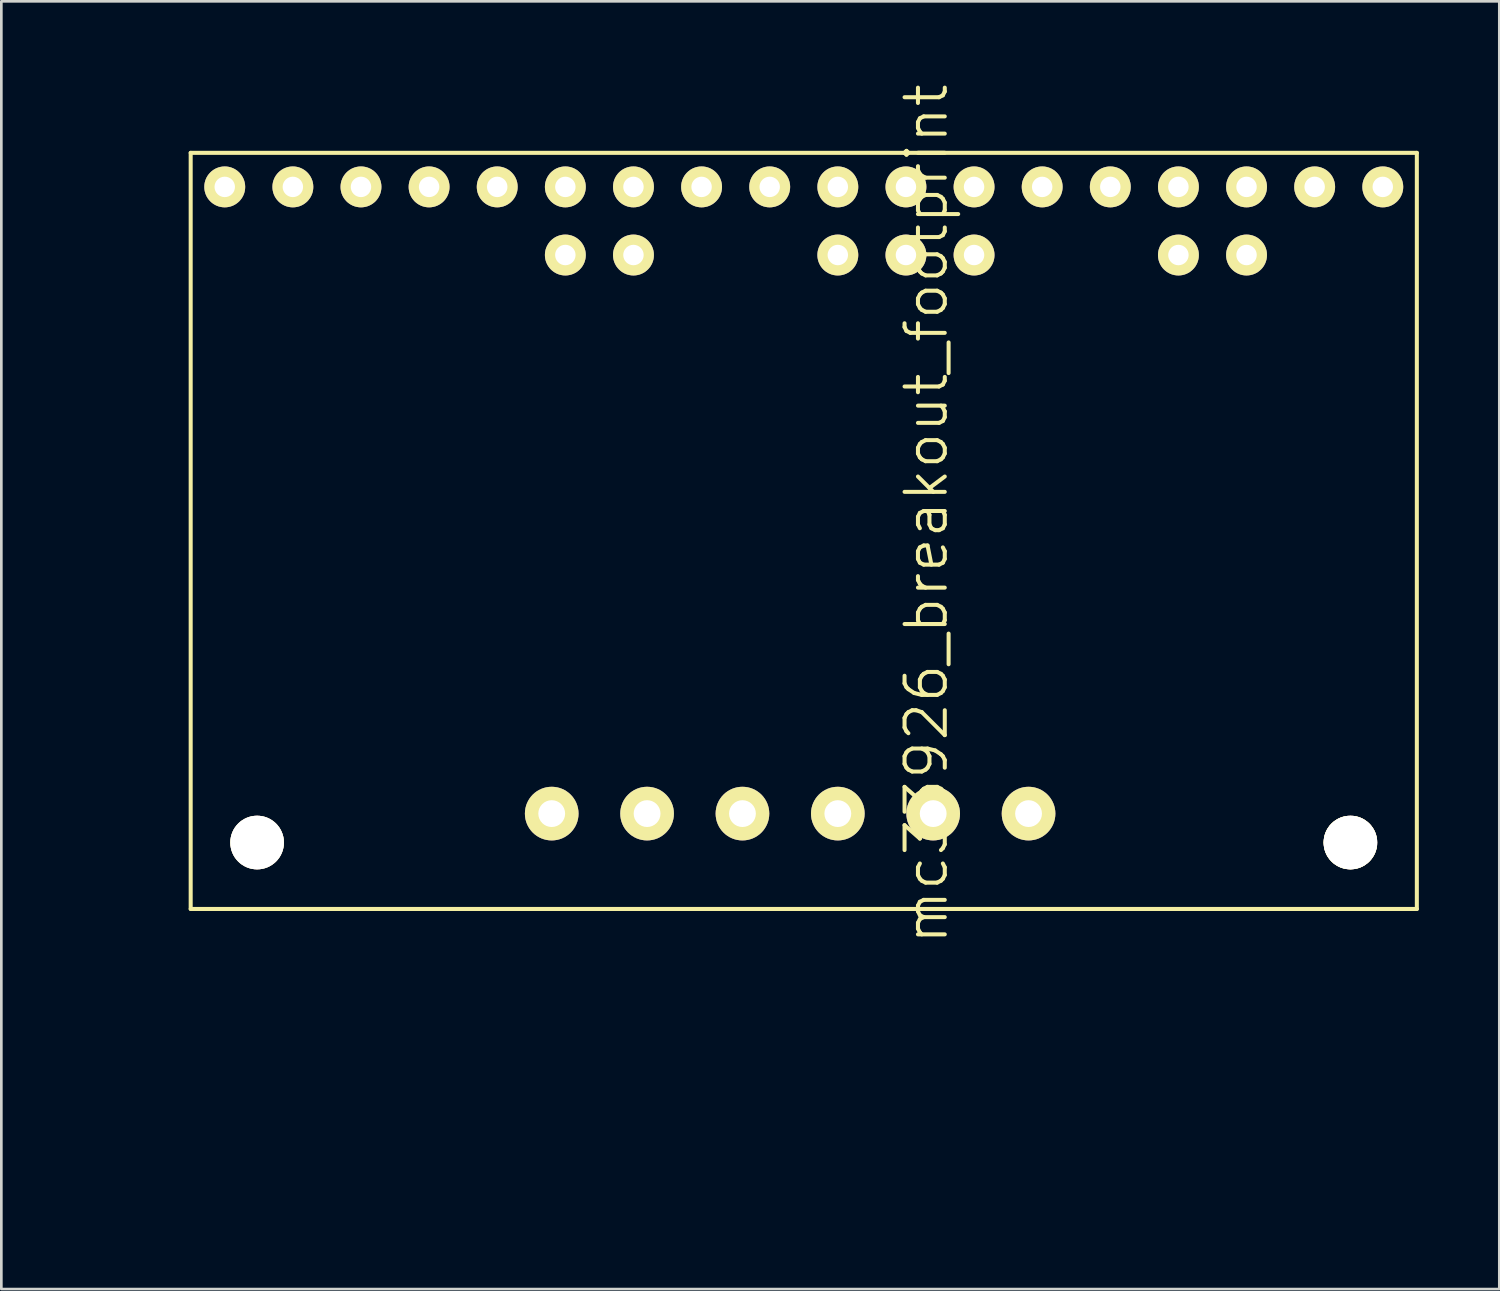
<source format=kicad_pcb>
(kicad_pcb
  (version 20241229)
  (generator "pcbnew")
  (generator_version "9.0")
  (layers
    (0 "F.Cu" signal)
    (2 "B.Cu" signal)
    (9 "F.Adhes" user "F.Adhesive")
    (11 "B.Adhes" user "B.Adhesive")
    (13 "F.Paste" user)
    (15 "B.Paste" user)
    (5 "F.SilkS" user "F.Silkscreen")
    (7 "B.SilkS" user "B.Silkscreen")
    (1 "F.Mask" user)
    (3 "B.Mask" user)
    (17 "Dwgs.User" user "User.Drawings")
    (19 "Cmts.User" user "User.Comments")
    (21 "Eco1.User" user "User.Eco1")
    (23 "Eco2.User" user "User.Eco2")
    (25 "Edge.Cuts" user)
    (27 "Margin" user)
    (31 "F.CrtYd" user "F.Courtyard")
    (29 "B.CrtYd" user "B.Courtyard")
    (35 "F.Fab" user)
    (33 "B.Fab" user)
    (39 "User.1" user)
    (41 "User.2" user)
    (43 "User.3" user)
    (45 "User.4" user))
  (footprint "mc33926_breakout_footprint"
    (layer "F.Cu")
    (at 0.25 41.765)
    (property "Reference" "mc33926_breakout_footprint" (at 31.242 -25.654 90) (layer "F.SilkS") (effects (font (size 1.5 1.5) (thickness 0.15))))
    (attr through_hole)
    (fp_line (start 3.81 -39.116) (end 49.53 -39.116) (stroke (width 0.15) (type solid)) (layer "F.SilkS"))
    (fp_line (start 3.81 -10.922) (end 3.81 -39.116) (stroke (width 0.15) (type solid)) (layer "F.SilkS"))
    (fp_line (start 49.53 -39.116) (end 49.53 -10.922) (stroke (width 0.15) (type solid)) (layer "F.SilkS"))
    (fp_line (start 49.53 -10.922) (end 3.81 -10.922) (stroke (width 0.15) (type solid)) (layer "F.SilkS"))
    (fp_circle (center 6.287 -13.399) (end 7.048 -13.906) (stroke (width 0.15) (type solid)) (fill no) (layer "F.SilkS"))
    (fp_circle (center 17.78 -35.306) (end 17.907 -35.052) (stroke (width 0.15) (type solid)) (fill no) (layer "F.SilkS"))
    (fp_circle (center 20.32 -35.306) (end 20.447 -35.052) (stroke (width 0.15) (type solid)) (fill no) (layer "F.SilkS"))
    (fp_circle (center 27.94 -35.306) (end 28.067 -35.052) (stroke (width 0.15) (type solid)) (fill no) (layer "F.SilkS"))
    (fp_circle (center 30.48 -35.306) (end 30.607 -35.052) (stroke (width 0.15) (type solid)) (fill no) (layer "F.SilkS"))
    (fp_circle (center 33.02 -35.306) (end 33.147 -35.052) (stroke (width 0.15) (type solid)) (fill no) (layer "F.SilkS"))
    (fp_circle (center 40.64 -35.306) (end 40.767 -35.052) (stroke (width 0.15) (type solid)) (fill no) (layer "F.SilkS"))
    (fp_circle (center 43.18 -35.306) (end 43.434 -35.179) (stroke (width 0.15) (type solid)) (fill no) (layer "F.SilkS"))
    (fp_circle (center 47.053 -13.399) (end 47.816 -13.906) (stroke (width 0.15) (type solid)) (fill no) (layer "F.SilkS"))
    (fp_circle (center 47.053 -13.399) (end 47.816 -13.906) (stroke (width 0.15) (type solid)) (fill no) (layer "F.SilkS"))
    (fp_circle (center 47.053 -13.399) (end 47.816 -13.906) (stroke (width 0.15) (type solid)) (fill no) (layer "F.SilkS"))
    (fp_circle (center 47.053 -13.399) (end 47.816 -13.906) (stroke (width 0.15) (type solid)) (fill no) (layer "F.SilkS"))
    (pad "1" thru_hole circle (at 5.08 -37.846) (size 1.524 1.524) (drill 0.762) (layers "*.Cu" "*.Mask" "F.SilkS"))
    (pad "2" thru_hole circle (at 7.62 -37.846) (size 1.524 1.524) (drill 0.762) (layers "*.Cu" "*.Mask" "F.SilkS"))
    (pad "2" thru_hole circle (at 20.32 -35.306) (size 1.524 1.524) (drill 0.762) (layers "*.Cu" "*.Mask" "F.SilkS"))
    (pad "2" thru_hole circle (at 43.18 -35.306) (size 1.524 1.524) (drill 0.762) (layers "*.Cu" "*.Mask" "F.SilkS"))
    (pad "3" thru_hole circle (at 10.16 -37.846) (size 1.524 1.524) (drill 0.762) (layers "*.Cu" "*.Mask" "F.SilkS"))
    (pad "3" thru_hole circle (at 17.78 -35.306) (size 1.524 1.524) (drill 0.762) (layers "*.Cu" "*.Mask" "F.SilkS"))
    (pad "3" thru_hole circle (at 27.94 -35.306) (size 1.524 1.524) (drill 0.762) (layers "*.Cu" "*.Mask" "F.SilkS"))
    (pad "3" thru_hole circle (at 30.48 -35.306) (size 1.524 1.524) (drill 0.762) (layers "*.Cu" "*.Mask" "F.SilkS"))
    (pad "3" thru_hole circle (at 33.02 -35.306) (size 1.524 1.524) (drill 0.762) (layers "*.Cu" "*.Mask" "F.SilkS"))
    (pad "3" thru_hole circle (at 40.64 -35.306) (size 1.524 1.524) (drill 0.762) (layers "*.Cu" "*.Mask" "F.SilkS"))
    (pad "4" thru_hole circle (at 12.7 -37.846) (size 1.524 1.524) (drill 0.762) (layers "*.Cu" "*.Mask" "F.SilkS"))
    (pad "5" thru_hole circle (at 15.24 -37.846) (size 1.524 1.524) (drill 0.762) (layers "*.Cu" "*.Mask" "F.SilkS"))
    (pad "6" thru_hole circle (at 17.78 -37.846) (size 1.524 1.524) (drill 0.762) (layers "*.Cu" "*.Mask" "F.SilkS"))
    (pad "7" thru_hole circle (at 20.32 -37.846) (size 1.524 1.524) (drill 0.762) (layers "*.Cu" "*.Mask" "F.SilkS"))
    (pad "8" thru_hole circle (at 22.86 -37.846) (size 1.524 1.524) (drill 0.762) (layers "*.Cu" "*.Mask" "F.SilkS"))
    (pad "9" thru_hole circle (at 25.4 -37.846) (size 1.524 1.524) (drill 0.762) (layers "*.Cu" "*.Mask" "F.SilkS"))
    (pad "10" thru_hole circle (at 27.94 -37.846) (size 1.524 1.524) (drill 0.762) (layers "*.Cu" "*.Mask" "F.SilkS"))
    (pad "11" thru_hole circle (at 30.48 -37.846) (size 1.524 1.524) (drill 0.762) (layers "*.Cu" "*.Mask" "F.SilkS"))
    (pad "12" thru_hole circle (at 33.02 -37.846) (size 1.524 1.524) (drill 0.762) (layers "*.Cu" "*.Mask" "F.SilkS"))
    (pad "13" thru_hole circle (at 35.56 -37.846) (size 1.524 1.524) (drill 0.762) (layers "*.Cu" "*.Mask" "F.SilkS"))
    (pad "14" thru_hole circle (at 38.1 -37.846) (size 1.524 1.524) (drill 0.762) (layers "*.Cu" "*.Mask" "F.SilkS"))
    (pad "15" thru_hole circle (at 40.64 -37.846) (size 1.524 1.524) (drill 0.762) (layers "*.Cu" "*.Mask" "F.SilkS"))
    (pad "16" thru_hole circle (at 43.18 -37.846) (size 1.524 1.524) (drill 0.762) (layers "*.Cu" "*.Mask" "F.SilkS"))
    (pad "17" thru_hole circle (at 45.72 -37.846) (size 1.524 1.524) (drill 0.762) (layers "*.Cu" "*.Mask" "F.SilkS"))
    (pad "18" thru_hole circle (at 48.26 -37.846) (size 1.524 1.524) (drill 0.762) (layers "*.Cu" "*.Mask" "F.SilkS"))
    (pad "19" thru_hole circle (at 17.272 -14.478) (size 2 2) (drill 1) (layers "*.Cu" "*.Mask" "F.SilkS"))
    (pad "20" thru_hole circle (at 20.828 -14.478) (size 2 2) (drill 1) (layers "*.Cu" "*.Mask" "F.SilkS"))
    (pad "21" thru_hole circle (at 24.384 -14.478) (size 2 2) (drill 1) (layers "*.Cu" "*.Mask" "F.SilkS"))
    (pad "22" thru_hole circle (at 27.94 -14.478) (size 2 2) (drill 1) (layers "*.Cu" "*.Mask" "F.SilkS"))
    (pad "23" thru_hole circle (at 31.496 -14.478) (size 2 2) (drill 1) (layers "*.Cu" "*.Mask" "F.SilkS"))
    (pad "24" thru_hole circle (at 35.052 -14.478) (size 2 2) (drill 1) (layers "*.Cu" "*.Mask" "F.SilkS"))
    (pad "~" thru_hole circle (at 6.287 -13.399) (size 2 2) (drill 2) (layers "*.Cu" "*.Mask" "F.SilkS"))
    (pad "~" thru_hole circle (at 47.053 -13.399) (size 2 2) (drill 2) (layers "*.Cu" "*.Mask" "F.SilkS")))
  (gr_rect
    (start -3 -3)
    (end 52.855 45.015)
    (stroke (width 0.1) (type default))
    (fill no)
    (layer "Edge.Cuts")))
</source>
